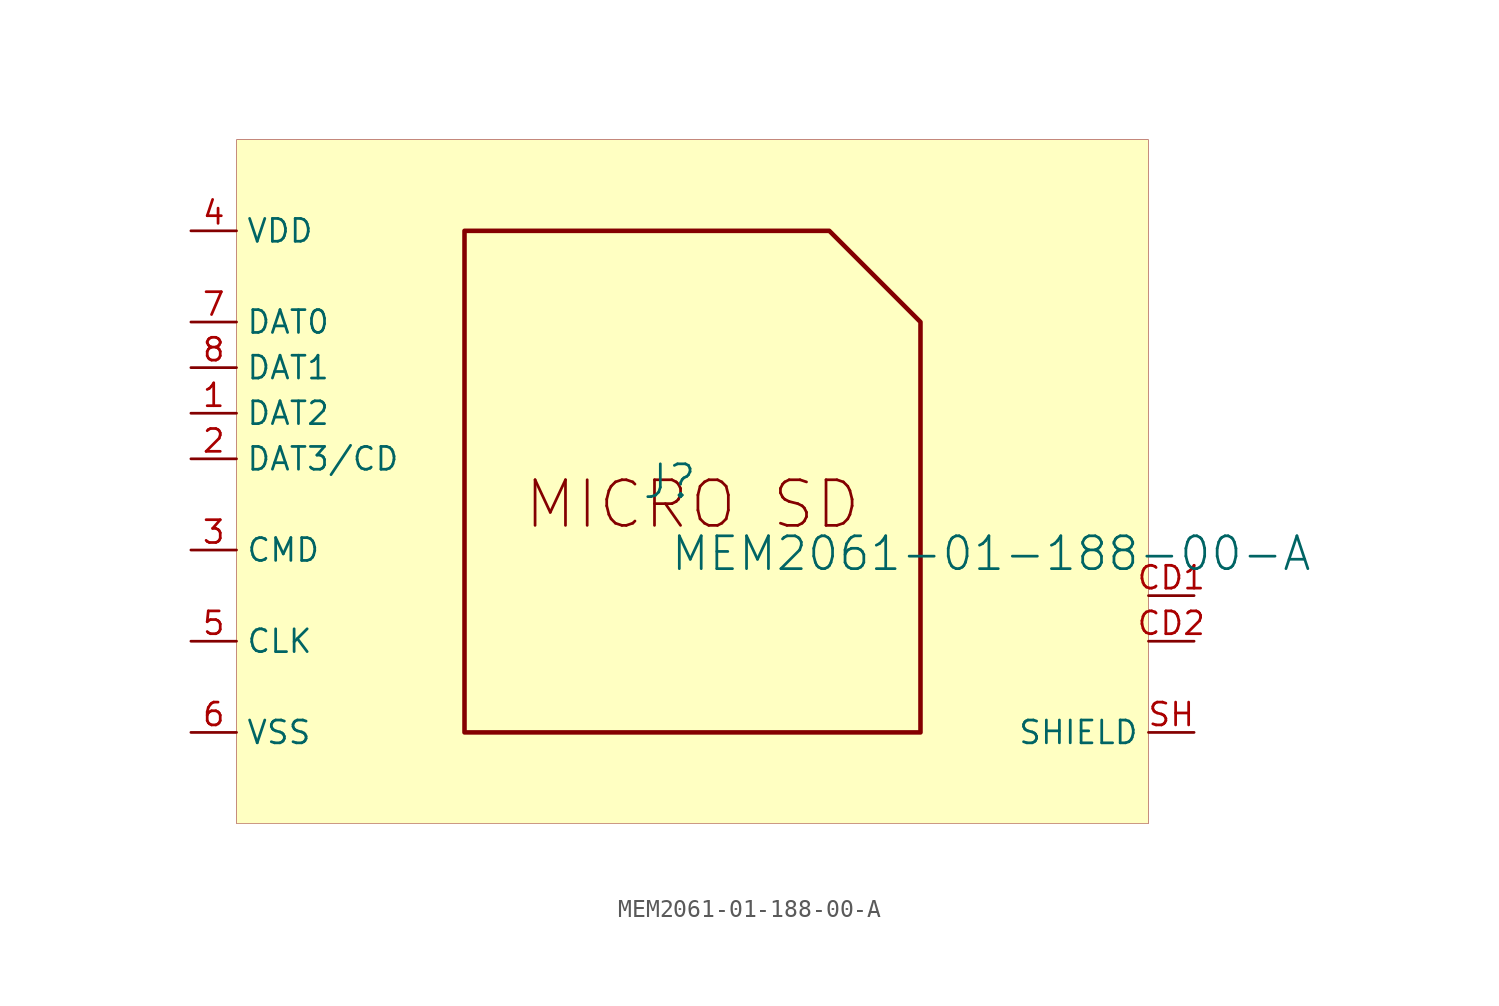
<source format=kicad_sym>
(kicad_symbol_lib
  (version 20231120)
  (generator "kicad_symbol_editor")
  (generator_version "8.0")
  (symbol "MEM2061-01-188-00-A"
    (property "Reference" "J"
      (at -1.27 1.27 0)
      (effects (font (size 1.829 1.829))))
    (property "Value" "MEM2061-01-188-00-A"
      (at -1.27 -3.81 0)
      (effects (font (size 1.829 1.829)) (justify left bottom)))
    (symbol "MEM2061-01-188-00-A_1_0"
      (polyline (pts (xy -12.7 15.24) (xy 7.62 15.24) (xy 12.7 10.16) (xy 12.7 -12.7) (xy -12.7 -12.7) (xy -12.7 15.24)) (stroke (width 0.254) (type solid)) (fill (type none)))
      (rectangle (start 25.4 20.32) (end -25.4 -17.78) (stroke (width 0.025) (type solid) (color 128 0 0 1)) (fill (type background)))
      (text "MICRO SD" (at 0 0 0) (effects (font (size 2.54 2.54))))
      (pin bidirectional line (at -27.94 5.08 0) (length 2.54) (name "DAT2" (effects (font (size 1.27 1.27)))) (number "1" (effects (font (size 1.27 1.27)))))
      (pin bidirectional line (at -27.94 2.54 0) (length 2.54) (name "DAT3/CD" (effects (font (size 1.27 1.27)))) (number "2" (effects (font (size 1.27 1.27)))))
      (pin input line (at -27.94 -2.54 0) (length 2.54) (name "CMD" (effects (font (size 1.27 1.27)))) (number "3" (effects (font (size 1.27 1.27)))))
      (pin power_in line (at -27.94 15.24 0) (length 2.54) (name "VDD" (effects (font (size 1.27 1.27)))) (number "4" (effects (font (size 1.27 1.27)))))
      (pin input line (at -27.94 -7.62 0) (length 2.54) (name "CLK" (effects (font (size 1.27 1.27)))) (number "5" (effects (font (size 1.27 1.27)))))
      (pin power_in line (at -27.94 -12.7 0) (length 2.54) (name "VSS" (effects (font (size 1.27 1.27)))) (number "6" (effects (font (size 1.27 1.27)))))
      (pin bidirectional line (at -27.94 10.16 0) (length 2.54) (name "DAT0" (effects (font (size 1.27 1.27)))) (number "7" (effects (font (size 1.27 1.27)))))
      (pin bidirectional line (at -27.94 7.62 0) (length 2.54) (name "DAT1" (effects (font (size 1.27 1.27)))) (number "8" (effects (font (size 1.27 1.27)))))
      (pin passive line (at 27.94 -5.08 180) (length 2.54) (name "CARD_DETECT" (effects (font (size 0 0)))) (number "CD1" (effects (font (size 1.27 1.27)))))
      (pin passive line (at 27.94 -7.62 180) (length 2.54) (name "CARD_DETECT" (effects (font (size 0 0)))) (number "CD2" (effects (font (size 1.27 1.27)))))
      (pin passive line (at 27.94 -12.7 180) (length 2.54) (name "SHIELD" (effects (font (size 1.27 1.27)))) (number "SH" (effects (font (size 1.27 1.27))))))))
</source>
